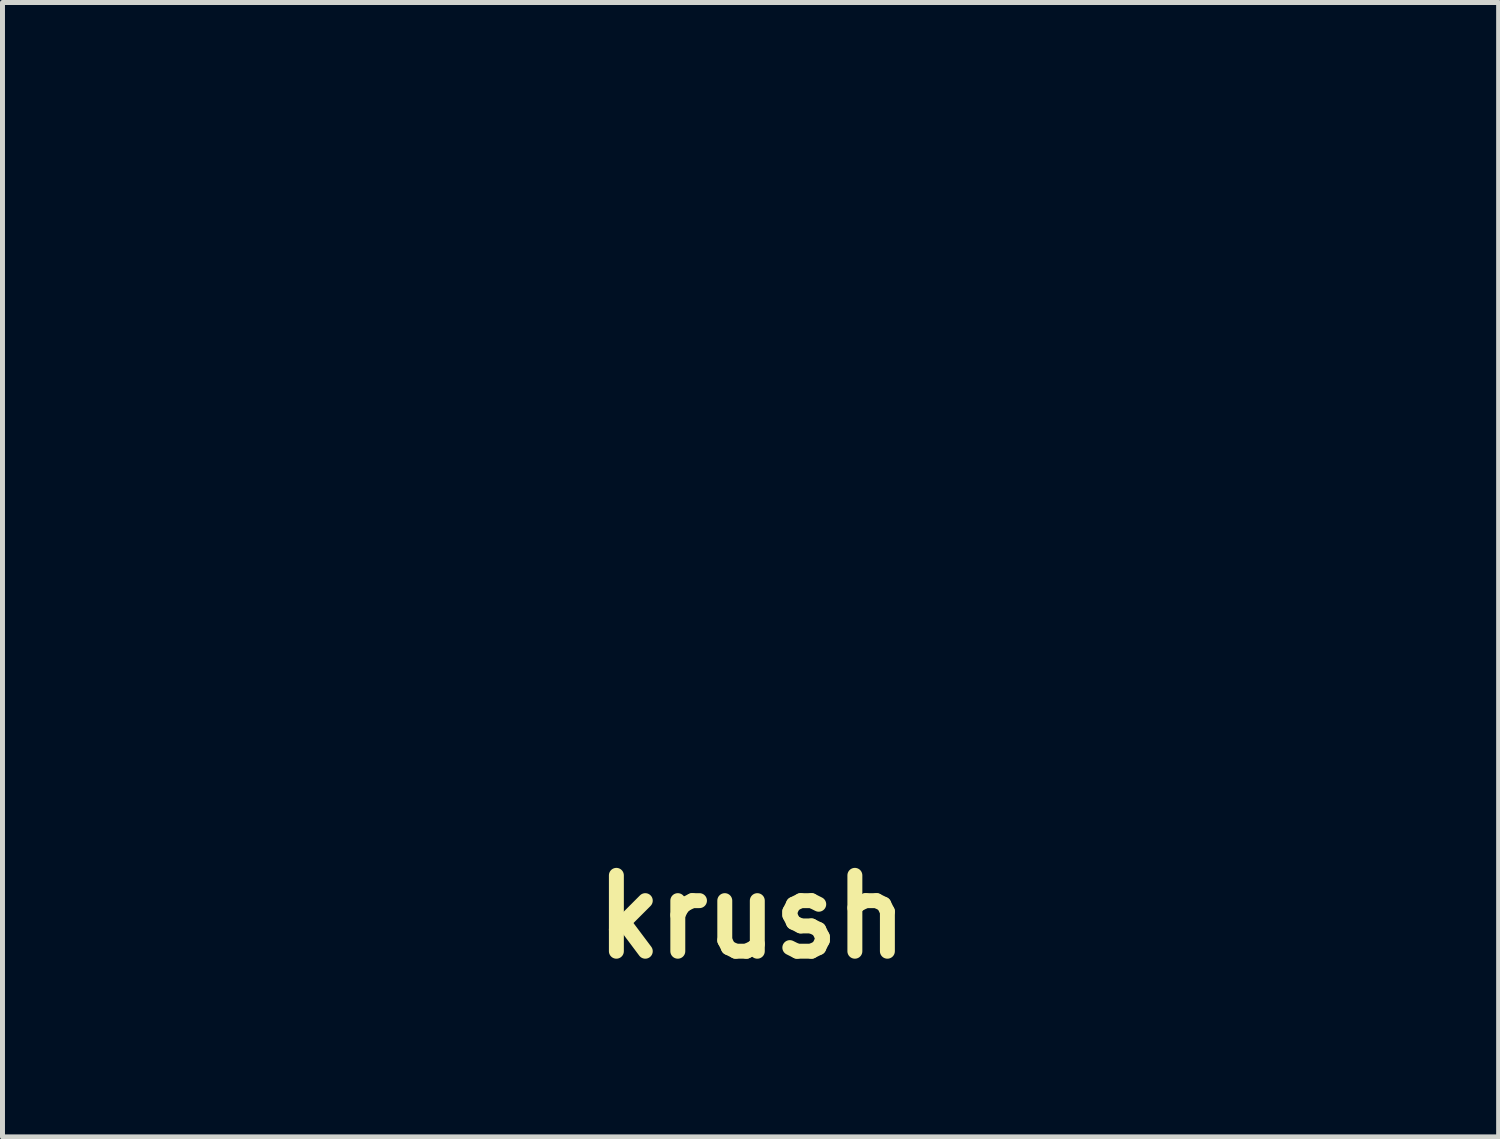
<source format=kicad_pcb>
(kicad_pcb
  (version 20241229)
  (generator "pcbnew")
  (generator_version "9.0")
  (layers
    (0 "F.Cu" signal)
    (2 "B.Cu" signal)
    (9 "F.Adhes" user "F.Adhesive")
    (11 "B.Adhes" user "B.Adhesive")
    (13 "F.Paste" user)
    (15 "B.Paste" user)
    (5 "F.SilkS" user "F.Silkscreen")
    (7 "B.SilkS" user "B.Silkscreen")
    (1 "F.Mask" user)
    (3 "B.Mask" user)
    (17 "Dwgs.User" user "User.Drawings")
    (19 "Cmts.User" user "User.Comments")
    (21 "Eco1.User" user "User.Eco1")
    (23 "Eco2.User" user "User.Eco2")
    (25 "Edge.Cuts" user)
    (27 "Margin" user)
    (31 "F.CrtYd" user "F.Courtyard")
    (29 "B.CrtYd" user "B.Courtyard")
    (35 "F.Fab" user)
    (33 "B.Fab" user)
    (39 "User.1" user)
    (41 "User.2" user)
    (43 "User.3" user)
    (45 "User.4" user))
  (footprint "krush"
    (layer "F.Cu")
    (at 12.05 15.364)
    (property "Reference" "krush" (at 0 0 0) (layer "F.SilkS") (effects (font (size 1.524 1.524) (thickness 0.3))))
    (attr through_hole)
    (fp_poly (pts (xy -6.784 -15.288) (xy -6.438 -15.136) (xy -6.157 -14.905) (xy -5.958 -14.597) (xy -5.9 -14.439) (xy -5.83 -14.026) (xy -5.829 -13.524) (xy -5.894 -12.949) (xy -6.021 -12.317) (xy -6.207 -11.642) (xy -6.449 -10.942) (xy -6.744 -10.231) (xy -6.797 -10.115) (xy -6.904 -9.877) (xy -6.983 -9.687) (xy -7.025 -9.57) (xy -7.028 -9.547) (xy -6.978 -9.582) (xy -6.855 -9.696) (xy -6.671 -9.875) (xy -6.44 -10.105) (xy -6.176 -10.373) (xy -5.891 -10.664) (xy -5.6 -10.965) (xy -5.316 -11.262) (xy -5.051 -11.542) (xy -4.821 -11.79) (xy -4.637 -11.994) (xy -4.602 -12.033) (xy -4.079 -12.649) (xy -3.655 -13.187) (xy -3.329 -13.651) (xy -3.099 -14.042) (xy -2.963 -14.362) (xy -2.922 -14.613) (xy -2.974 -14.798) (xy -3.057 -14.884) (xy -3.193 -14.979) (xy -3.022 -15.022) (xy -2.698 -15.042) (xy -2.388 -14.95) (xy -2.119 -14.759) (xy -1.917 -14.485) (xy -1.893 -14.434) (xy -1.824 -14.261) (xy -1.803 -14.127) (xy -1.826 -13.973) (xy -1.868 -13.825) (xy -2.026 -13.445) (xy -2.289 -13.011) (xy -2.654 -12.528) (xy -3.113 -12.003) (xy -3.662 -11.44) (xy -4.293 -10.845) (xy -5.003 -10.225) (xy -5.785 -9.586) (xy -6.575 -8.977) (xy -7.32 -8.417) (xy -6.978 -8.105) (xy -6.716 -7.88) (xy -6.378 -7.61) (xy -5.995 -7.317) (xy -5.6 -7.025) (xy -5.223 -6.758) (xy -4.895 -6.539) (xy -4.794 -6.476) (xy -4.27 -6.173) (xy -3.829 -5.957) (xy -3.468 -5.826) (xy -3.18 -5.779) (xy -3.159 -5.779) (xy -2.868 -5.807) (xy -2.611 -5.883) (xy -2.425 -5.995) (xy -2.365 -6.066) (xy -2.304 -6.142) (xy -2.273 -6.113) (xy -2.274 -6) (xy -2.312 -5.822) (xy -2.324 -5.779) (xy -2.471 -5.445) (xy -2.691 -5.136) (xy -2.958 -4.876) (xy -3.25 -4.684) (xy -3.542 -4.585) (xy -3.651 -4.576) (xy -3.806 -4.6) (xy -4.027 -4.665) (xy -4.265 -4.756) (xy -4.721 -4.983) (xy -5.237 -5.297) (xy -5.795 -5.685) (xy -6.376 -6.132) (xy -6.962 -6.627) (xy -7.536 -7.155) (xy -7.541 -7.16) (xy -8.001 -7.604) (xy -8.291 -7.054) (xy -8.463 -6.747) (xy -8.663 -6.42) (xy -8.854 -6.133) (xy -8.9 -6.07) (xy -9.219 -5.635) (xy -9.594 -5.669) (xy -9.93 -5.732) (xy -10.21 -5.847) (xy -10.404 -6) (xy -10.435 -6.043) (xy -10.454 -6.115) (xy -10.414 -6.207) (xy -10.302 -6.341) (xy -10.156 -6.489) (xy -9.727 -6.96) (xy -9.32 -7.497) (xy -8.985 -8.03) (xy -8.765 -8.423) (xy -9.034 -8.949) (xy -9.164 -9.212) (xy -9.244 -9.41) (xy -9.285 -9.588) (xy -9.301 -9.792) (xy -9.303 -9.96) (xy -9.296 -10.232) (xy -9.268 -10.428) (xy -9.207 -10.596) (xy -9.119 -10.758) (xy -8.935 -11.071) (xy -8.77 -10.567) (xy -8.64 -10.208) (xy -8.51 -9.917) (xy -8.39 -9.712) (xy -8.289 -9.611) (xy -8.279 -9.607) (xy -8.228 -9.654) (xy -8.14 -9.805) (xy -8.021 -10.045) (xy -7.88 -10.359) (xy -7.721 -10.731) (xy -7.552 -11.146) (xy -7.38 -11.59) (xy -7.333 -11.716) (xy -7.142 -12.268) (xy -6.984 -12.807) (xy -6.861 -13.315) (xy -6.777 -13.777) (xy -6.734 -14.175) (xy -6.736 -14.492) (xy -6.785 -14.713) (xy -6.795 -14.733) (xy -6.929 -14.859) (xy -7.14 -14.902) (xy -7.405 -14.863) (xy -7.649 -14.768) (xy -8.042 -14.523) (xy -8.451 -14.172) (xy -8.865 -13.733) (xy -9.272 -13.227) (xy -9.662 -12.67) (xy -10.022 -12.082) (xy -10.341 -11.481) (xy -10.609 -10.885) (xy -10.813 -10.313) (xy -10.942 -9.783) (xy -10.986 -9.33) (xy -10.954 -8.958) (xy -10.851 -8.68) (xy -10.668 -8.476) (xy -10.449 -8.349) (xy -10.134 -8.21) (xy -10.467 -8.131) (xy -10.89 -8.081) (xy -11.262 -8.142) (xy -11.574 -8.31) (xy -11.816 -8.578) (xy -11.978 -8.941) (xy -11.978 -8.941) (xy -12.04 -9.251) (xy -12.045 -9.583) (xy -11.991 -9.962) (xy -11.875 -10.412) (xy -11.783 -10.7) (xy -11.477 -11.493) (xy -11.101 -12.259) (xy -10.669 -12.979) (xy -10.194 -13.635) (xy -9.688 -14.207) (xy -9.163 -14.677) (xy -8.99 -14.806) (xy -8.536 -15.074) (xy -8.074 -15.254) (xy -7.617 -15.349) (xy -7.183 -15.359) (xy -6.784 -15.288)) (stroke (width 0.01) (type solid)) (fill yes) (layer "F.Mask"))
    (fp_poly (pts (xy 9.81 -13.994) (xy 10.023 -13.895) (xy 10.228 -13.764) (xy 10.376 -13.629) (xy 10.406 -13.586) (xy 10.446 -13.498) (xy 10.445 -13.421) (xy 10.387 -13.326) (xy 10.26 -13.184) (xy 10.166 -13.087) (xy 9.929 -12.812) (xy 9.654 -12.443) (xy 9.356 -12.002) (xy 9.047 -11.512) (xy 8.741 -10.996) (xy 8.452 -10.475) (xy 8.191 -9.972) (xy 7.973 -9.511) (xy 7.811 -9.112) (xy 7.788 -9.047) (xy 7.739 -8.899) (xy 7.721 -8.82) (xy 7.743 -8.818) (xy 7.816 -8.899) (xy 7.947 -9.07) (xy 8.097 -9.271) (xy 8.465 -9.744) (xy 8.799 -10.133) (xy 9.092 -10.428) (xy 9.335 -10.62) (xy 9.368 -10.641) (xy 9.55 -10.737) (xy 9.688 -10.769) (xy 9.84 -10.749) (xy 9.892 -10.735) (xy 10.126 -10.638) (xy 10.321 -10.496) (xy 10.447 -10.336) (xy 10.477 -10.225) (xy 10.452 -10.117) (xy 10.382 -9.923) (xy 10.28 -9.67) (xy 10.161 -9.399) (xy 9.999 -9.032) (xy 9.848 -8.663) (xy 9.717 -8.317) (xy 9.614 -8.017) (xy 9.547 -7.787) (xy 9.525 -7.656) (xy 9.542 -7.578) (xy 9.602 -7.572) (xy 9.718 -7.642) (xy 9.903 -7.796) (xy 10.005 -7.888) (xy 10.434 -8.333) (xy 10.847 -8.872) (xy 11.257 -9.521) (xy 11.271 -9.545) (xy 11.443 -9.826) (xy 11.577 -10.001) (xy 11.687 -10.079) (xy 11.787 -10.071) (xy 11.892 -9.986) (xy 11.896 -9.98) (xy 11.969 -9.878) (xy 11.992 -9.768) (xy 11.959 -9.622) (xy 11.867 -9.413) (xy 11.772 -9.229) (xy 11.529 -8.807) (xy 11.251 -8.38) (xy 10.953 -7.971) (xy 10.653 -7.601) (xy 10.367 -7.291) (xy 10.113 -7.063) (xy 10.008 -6.989) (xy 9.72 -6.882) (xy 9.395 -6.876) (xy 9.066 -6.968) (xy 8.764 -7.153) (xy 8.757 -7.159) (xy 8.65 -7.256) (xy 8.593 -7.344) (xy 8.575 -7.465) (xy 8.584 -7.658) (xy 8.591 -7.744) (xy 8.629 -7.997) (xy 8.7 -8.314) (xy 8.79 -8.64) (xy 8.826 -8.753) (xy 8.908 -9.008) (xy 8.967 -9.215) (xy 8.995 -9.346) (xy 8.995 -9.378) (xy 8.937 -9.353) (xy 8.822 -9.235) (xy 8.661 -9.039) (xy 8.464 -8.781) (xy 8.242 -8.476) (xy 8.006 -8.137) (xy 7.767 -7.782) (xy 7.534 -7.423) (xy 7.32 -7.077) (xy 7.185 -6.848) (xy 7.04 -6.601) (xy 6.936 -6.445) (xy 6.85 -6.357) (xy 6.761 -6.315) (xy 6.649 -6.299) (xy 6.649 -6.299) (xy 6.431 -6.314) (xy 6.211 -6.381) (xy 6.032 -6.483) (xy 5.939 -6.6) (xy 5.946 -6.704) (xy 5.994 -6.907) (xy 6.076 -7.189) (xy 6.187 -7.532) (xy 6.321 -7.915) (xy 6.47 -8.319) (xy 6.628 -8.726) (xy 6.637 -8.747) (xy 6.738 -9.009) (xy 6.786 -9.169) (xy 6.787 -9.241) (xy 6.754 -9.245) (xy 6.655 -9.19) (xy 6.481 -9.079) (xy 6.262 -8.932) (xy 6.025 -8.767) (xy 5.798 -8.605) (xy 5.61 -8.464) (xy 5.558 -8.422) (xy 5.369 -8.27) (xy 5.542 -7.952) (xy 5.688 -7.565) (xy 5.708 -7.173) (xy 5.605 -6.783) (xy 5.381 -6.401) (xy 5.036 -6.032) (xy 5.036 -6.032) (xy 4.612 -5.724) (xy 4.16 -5.523) (xy 3.699 -5.435) (xy 3.258 -5.463) (xy 2.921 -5.576) (xy 2.689 -5.751) (xy 2.567 -5.981) (xy 2.561 -6.238) (xy 3.493 -6.238) (xy 3.535 -6.203) (xy 3.646 -6.238) (xy 3.8 -6.326) (xy 3.971 -6.453) (xy 4.135 -6.601) (xy 4.223 -6.699) (xy 4.445 -7.008) (xy 4.586 -7.283) (xy 4.635 -7.504) (xy 4.636 -7.504) (xy 4.624 -7.563) (xy 4.58 -7.563) (xy 4.487 -7.494) (xy 4.329 -7.348) (xy 4.247 -7.269) (xy 4.007 -7.017) (xy 3.794 -6.763) (xy 3.626 -6.53) (xy 3.521 -6.342) (xy 3.493 -6.238) (xy 2.561 -6.238) (xy 2.56 -6.257) (xy 2.672 -6.57) (xy 2.674 -6.573) (xy 2.899 -6.927) (xy 3.203 -7.285) (xy 3.604 -7.665) (xy 3.754 -7.793) (xy 3.963 -7.973) (xy 4.129 -8.125) (xy 4.231 -8.232) (xy 4.255 -8.268) (xy 4.22 -8.344) (xy 4.135 -8.479) (xy 4.024 -8.636) (xy 3.915 -8.779) (xy 3.833 -8.872) (xy 3.81 -8.887) (xy 3.769 -8.836) (xy 3.686 -8.696) (xy 3.576 -8.495) (xy 3.526 -8.398) (xy 3.295 -7.976) (xy 3.051 -7.579) (xy 2.809 -7.231) (xy 2.588 -6.955) (xy 2.427 -6.796) (xy 2.192 -6.649) (xy 1.958 -6.612) (xy 1.699 -6.685) (xy 1.546 -6.765) (xy 1.275 -6.983) (xy 1.119 -7.25) (xy 1.079 -7.5) (xy 1.077 -7.601) (xy 1.057 -7.635) (xy 1.006 -7.59) (xy 0.908 -7.457) (xy 0.819 -7.329) (xy 0.556 -6.978) (xy 0.296 -6.685) (xy 0.056 -6.467) (xy -0.148 -6.338) (xy -0.225 -6.314) (xy -0.501 -6.312) (xy -0.801 -6.388) (xy -1.066 -6.523) (xy -1.126 -6.569) (xy -1.226 -6.669) (xy -1.277 -6.776) (xy -1.291 -6.934) (xy -1.288 -7.091) (xy -1.264 -7.341) (xy -1.214 -7.649) (xy -1.149 -7.949) (xy -1.145 -7.964) (xy -1.085 -8.198) (xy -1.04 -8.38) (xy -1.017 -8.479) (xy -1.016 -8.487) (xy -1.072 -8.502) (xy -1.207 -8.509) (xy -1.222 -8.509) (xy -1.508 -8.539) (xy -1.781 -8.618) (xy -1.992 -8.729) (xy -2.036 -8.767) (xy -2.108 -8.871) (xy -2.146 -9.023) (xy -2.159 -9.259) (xy -2.159 -9.303) (xy -2.164 -9.513) (xy -2.177 -9.662) (xy -2.194 -9.716) (xy -2.27 -9.664) (xy -2.403 -9.517) (xy -2.581 -9.289) (xy -2.793 -8.993) (xy -2.891 -8.851) (xy -3.356 -8.061) (xy -3.709 -7.237) (xy -3.812 -6.921) (xy -3.907 -6.625) (xy -3.99 -6.435) (xy -4.077 -6.333) (xy -4.182 -6.3) (xy -4.298 -6.314) (xy -4.574 -6.409) (xy -4.775 -6.549) (xy -4.88 -6.716) (xy -4.889 -6.786) (xy -4.87 -6.966) (xy -4.816 -7.242) (xy -4.733 -7.588) (xy -4.63 -7.981) (xy -4.511 -8.395) (xy -4.384 -8.806) (xy -4.256 -9.19) (xy -4.207 -9.327) (xy -4.059 -9.71) (xy -3.889 -10.114) (xy -3.707 -10.521) (xy -3.521 -10.913) (xy -3.341 -11.273) (xy -3.174 -11.583) (xy -3.031 -11.825) (xy -2.919 -11.981) (xy -2.858 -12.033) (xy -2.708 -12.03) (xy -2.514 -11.965) (xy -2.329 -11.861) (xy -2.202 -11.742) (xy -2.197 -11.734) (xy -2.172 -11.631) (xy -2.21 -11.48) (xy -2.281 -11.321) (xy -2.425 -11.025) (xy -2.56 -10.736) (xy -2.678 -10.477) (xy -2.768 -10.27) (xy -2.82 -10.136) (xy -2.828 -10.097) (xy -2.785 -10.146) (xy -2.688 -10.28) (xy -2.554 -10.475) (xy -2.447 -10.636) (xy -2.293 -10.862) (xy -2.162 -11.041) (xy -2.071 -11.152) (xy -2.039 -11.176) (xy -1.959 -11.153) (xy -1.796 -11.093) (xy -1.581 -11.009) (xy -1.55 -10.996) (xy -1.111 -10.815) (xy -1.134 -9.835) (xy -1.142 -9.453) (xy -1.142 -9.178) (xy -1.133 -8.991) (xy -1.115 -8.872) (xy -1.085 -8.801) (xy -1.056 -8.77) (xy -0.975 -8.725) (xy -0.921 -8.781) (xy -0.899 -8.835) (xy -0.847 -8.976) (xy -0.77 -9.184) (xy -0.708 -9.351) (xy -0.572 -9.689) (xy -0.427 -10.001) (xy -0.286 -10.263) (xy -0.161 -10.45) (xy -0.073 -10.536) (xy 0.093 -10.565) (xy 0.302 -10.527) (xy 0.5 -10.436) (xy 0.6 -10.354) (xy 0.64 -10.301) (xy 0.659 -10.24) (xy 0.651 -10.149) (xy 0.611 -10.008) (xy 0.536 -9.798) (xy 0.419 -9.499) (xy 0.361 -9.355) (xy 0.186 -8.903) (xy 0.028 -8.473) (xy -0.107 -8.082) (xy -0.214 -7.75) (xy -0.285 -7.494) (xy -0.314 -7.333) (xy -0.315 -7.315) (xy -0.284 -7.28) (xy -0.201 -7.344) (xy -0.074 -7.498) (xy 0.091 -7.727) (xy 0.285 -8.022) (xy 0.502 -8.369) (xy 0.733 -8.758) (xy 0.971 -9.175) (xy 1.208 -9.61) (xy 1.437 -10.051) (xy 1.483 -10.142) (xy 1.638 -10.442) (xy 1.781 -10.705) (xy 1.899 -10.908) (xy 1.98 -11.028) (xy 1.996 -11.046) (xy 2.141 -11.091) (xy 2.338 -11.062) (xy 2.547 -10.97) (xy 2.729 -10.828) (xy 2.732 -10.826) (xy 2.83 -10.703) (xy 2.847 -10.597) (xy 2.802 -10.459) (xy 2.641 -10.036) (xy 2.488 -9.594) (xy 2.348 -9.149) (xy 2.225 -8.718) (xy 2.122 -8.316) (xy 2.044 -7.96) (xy 1.994 -7.665) (xy 1.976 -7.448) (xy 1.994 -7.325) (xy 2.025 -7.303) (xy 2.114 -7.355) (xy 2.252 -7.498) (xy 2.426 -7.714) (xy 2.623 -7.984) (xy 2.829 -8.288) (xy 3.032 -8.608) (xy 3.217 -8.926) (xy 3.349 -9.176) (xy 3.49 -9.526) (xy 3.56 -9.895) (xy 3.57 -10.008) (xy 3.658 -10.488) (xy 3.854 -10.915) (xy 4.167 -11.303) (xy 4.275 -11.404) (xy 4.516 -11.588) (xy 4.742 -11.675) (xy 4.986 -11.669) (xy 5.28 -11.572) (xy 5.391 -11.523) (xy 5.574 -11.441) (xy 5.702 -11.39) (xy 5.743 -11.381) (xy 5.86 -11.566) (xy 6.024 -11.779) (xy 6.212 -11.996) (xy 6.401 -12.193) (xy 6.57 -12.348) (xy 6.697 -12.435) (xy 6.736 -12.446) (xy 6.897 -12.392) (xy 7.07 -12.25) (xy 7.222 -12.051) (xy 7.268 -11.966) (xy 7.377 -11.737) (xy 7.117 -11.515) (xy 6.85 -11.255) (xy 6.591 -10.95) (xy 6.357 -10.623) (xy 6.165 -10.302) (xy 6.031 -10.01) (xy 5.971 -9.774) (xy 5.969 -9.738) (xy 5.963 -9.588) (xy 5.923 -9.536) (xy 5.821 -9.567) (xy 5.716 -9.62) (xy 5.483 -9.797) (xy 5.359 -10.032) (xy 5.345 -10.329) (xy 5.426 -10.66) (xy 5.479 -10.823) (xy 5.483 -10.9) (xy 5.439 -10.922) (xy 5.426 -10.922) (xy 5.288 -10.864) (xy 5.129 -10.698) (xy 4.963 -10.442) (xy 4.941 -10.401) (xy 4.867 -10.237) (xy 4.822 -10.062) (xy 4.801 -9.838) (xy 4.795 -9.557) (xy 4.803 -9.235) (xy 4.828 -9.016) (xy 4.875 -8.875) (xy 4.894 -8.844) (xy 4.994 -8.703) (xy 5.752 -9.218) (xy 6.055 -9.419) (xy 6.353 -9.607) (xy 6.614 -9.762) (xy 6.809 -9.867) (xy 6.84 -9.881) (xy 7.042 -9.984) (xy 7.17 -10.096) (xy 7.269 -10.264) (xy 7.313 -10.364) (xy 7.502 -10.784) (xy 7.735 -11.27) (xy 7.993 -11.782) (xy 8.255 -12.28) (xy 8.499 -12.72) (xy 8.592 -12.879) (xy 8.83 -13.252) (xy 9.066 -13.568) (xy 9.287 -13.813) (xy 9.479 -13.973) (xy 9.63 -14.033) (xy 9.637 -14.034) (xy 9.81 -13.994)) (stroke (width 0.01) (type solid)) (fill yes) (layer "F.Mask")))
  (gr_rect
    (start -3 -3)
    (end 27.047 19.782)
    (stroke (width 0.1) (type default))
    (fill no)
    (layer "Edge.Cuts")))
</source>
